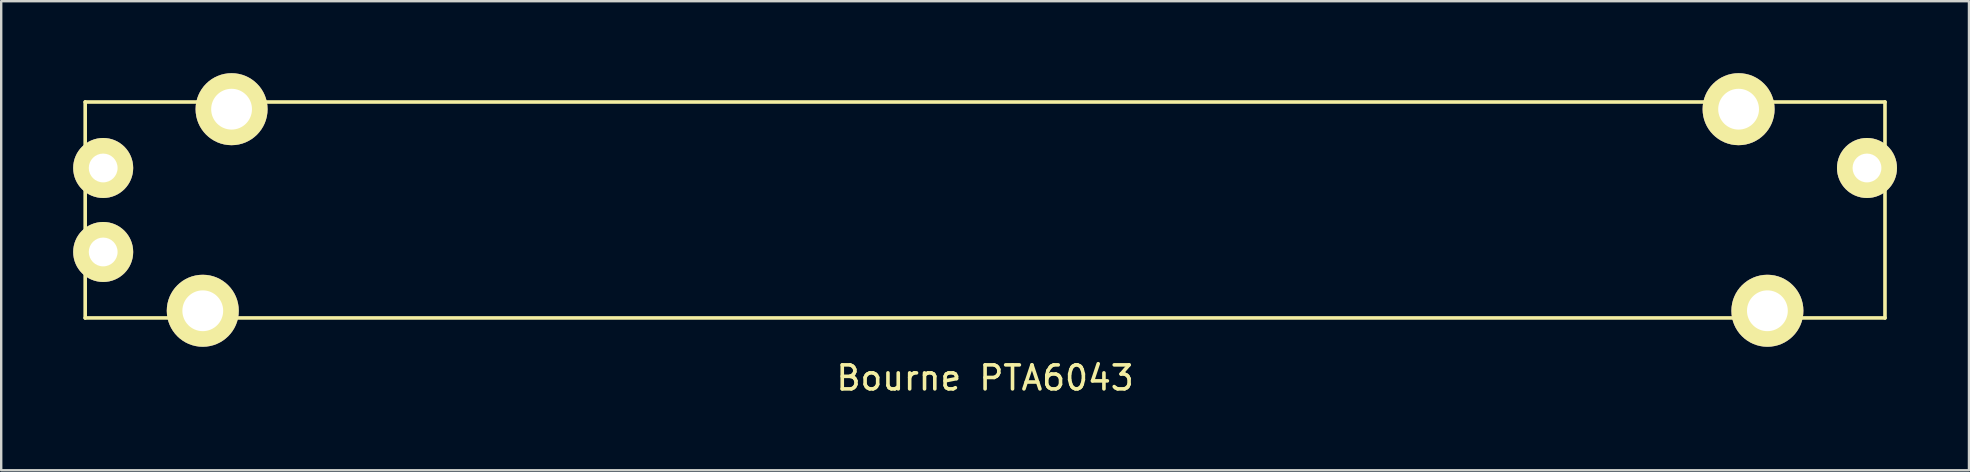
<source format=kicad_pcb>
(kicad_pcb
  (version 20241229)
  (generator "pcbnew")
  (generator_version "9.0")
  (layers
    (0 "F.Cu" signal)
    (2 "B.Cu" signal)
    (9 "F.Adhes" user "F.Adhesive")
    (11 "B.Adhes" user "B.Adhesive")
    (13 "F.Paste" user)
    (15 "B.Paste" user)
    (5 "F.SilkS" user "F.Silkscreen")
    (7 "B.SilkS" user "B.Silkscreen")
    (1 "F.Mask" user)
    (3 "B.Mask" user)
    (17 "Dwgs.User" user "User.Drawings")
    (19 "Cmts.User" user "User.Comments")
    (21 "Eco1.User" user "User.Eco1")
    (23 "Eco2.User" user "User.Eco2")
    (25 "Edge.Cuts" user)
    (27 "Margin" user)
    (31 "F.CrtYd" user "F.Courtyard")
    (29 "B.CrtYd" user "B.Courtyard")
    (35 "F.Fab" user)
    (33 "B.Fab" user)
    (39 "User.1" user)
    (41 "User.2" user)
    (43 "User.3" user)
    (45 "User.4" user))
  (footprint "Bourne PTA6043"
    (layer "F.Cu")
    (at 38 5.7)
    (property "Reference" "Bourne PTA6043" (at 0 7 0) (layer "F.SilkS") (effects (font (size 1 1) (thickness 0.15))))
    (attr through_hole)
    (fp_line (start -37.5 -4.5) (end -37.5 4.5) (stroke (width 0.15) (type solid)) (layer "F.SilkS"))
    (fp_line (start -37.5 4.5) (end 37.5 4.5) (stroke (width 0.15) (type solid)) (layer "F.SilkS"))
    (fp_line (start 37.5 -4.5) (end -37.5 -4.5) (stroke (width 0.15) (type solid)) (layer "F.SilkS"))
    (fp_line (start 37.5 4.5) (end 37.5 -4.5) (stroke (width 0.15) (type solid)) (layer "F.SilkS"))
    (pad "" thru_hole circle (at -32.6 4.2) (size 3 3) (drill 1.7) (layers "*.Cu" "*.Mask" "F.SilkS"))
    (pad "" thru_hole circle (at -31.4 -4.2) (size 3 3) (drill 1.7) (layers "*.Cu" "*.Mask" "F.SilkS"))
    (pad "" thru_hole circle (at 31.4 -4.2) (size 3 3) (drill 1.7) (layers "*.Cu" "*.Mask" "F.SilkS"))
    (pad "" thru_hole circle (at 32.6 4.2) (size 3 3) (drill 1.7) (layers "*.Cu" "*.Mask" "F.SilkS"))
    (pad "1" thru_hole circle (at -36.75 -1.75) (size 2.5 2.5) (drill 1.2) (layers "*.Cu" "*.Mask" "F.SilkS"))
    (pad "2" thru_hole circle (at -36.75 1.75) (size 2.5 2.5) (drill 1.2) (layers "*.Cu" "*.Mask" "F.SilkS"))
    (pad "3" thru_hole circle (at 36.75 -1.75) (size 2.5 2.5) (drill 1.2) (layers "*.Cu" "*.Mask" "F.SilkS")))
  (gr_rect
    (start -3 -3)
    (end 79 16.548)
    (stroke (width 0.1) (type default))
    (fill no)
    (layer "Edge.Cuts")))
</source>
